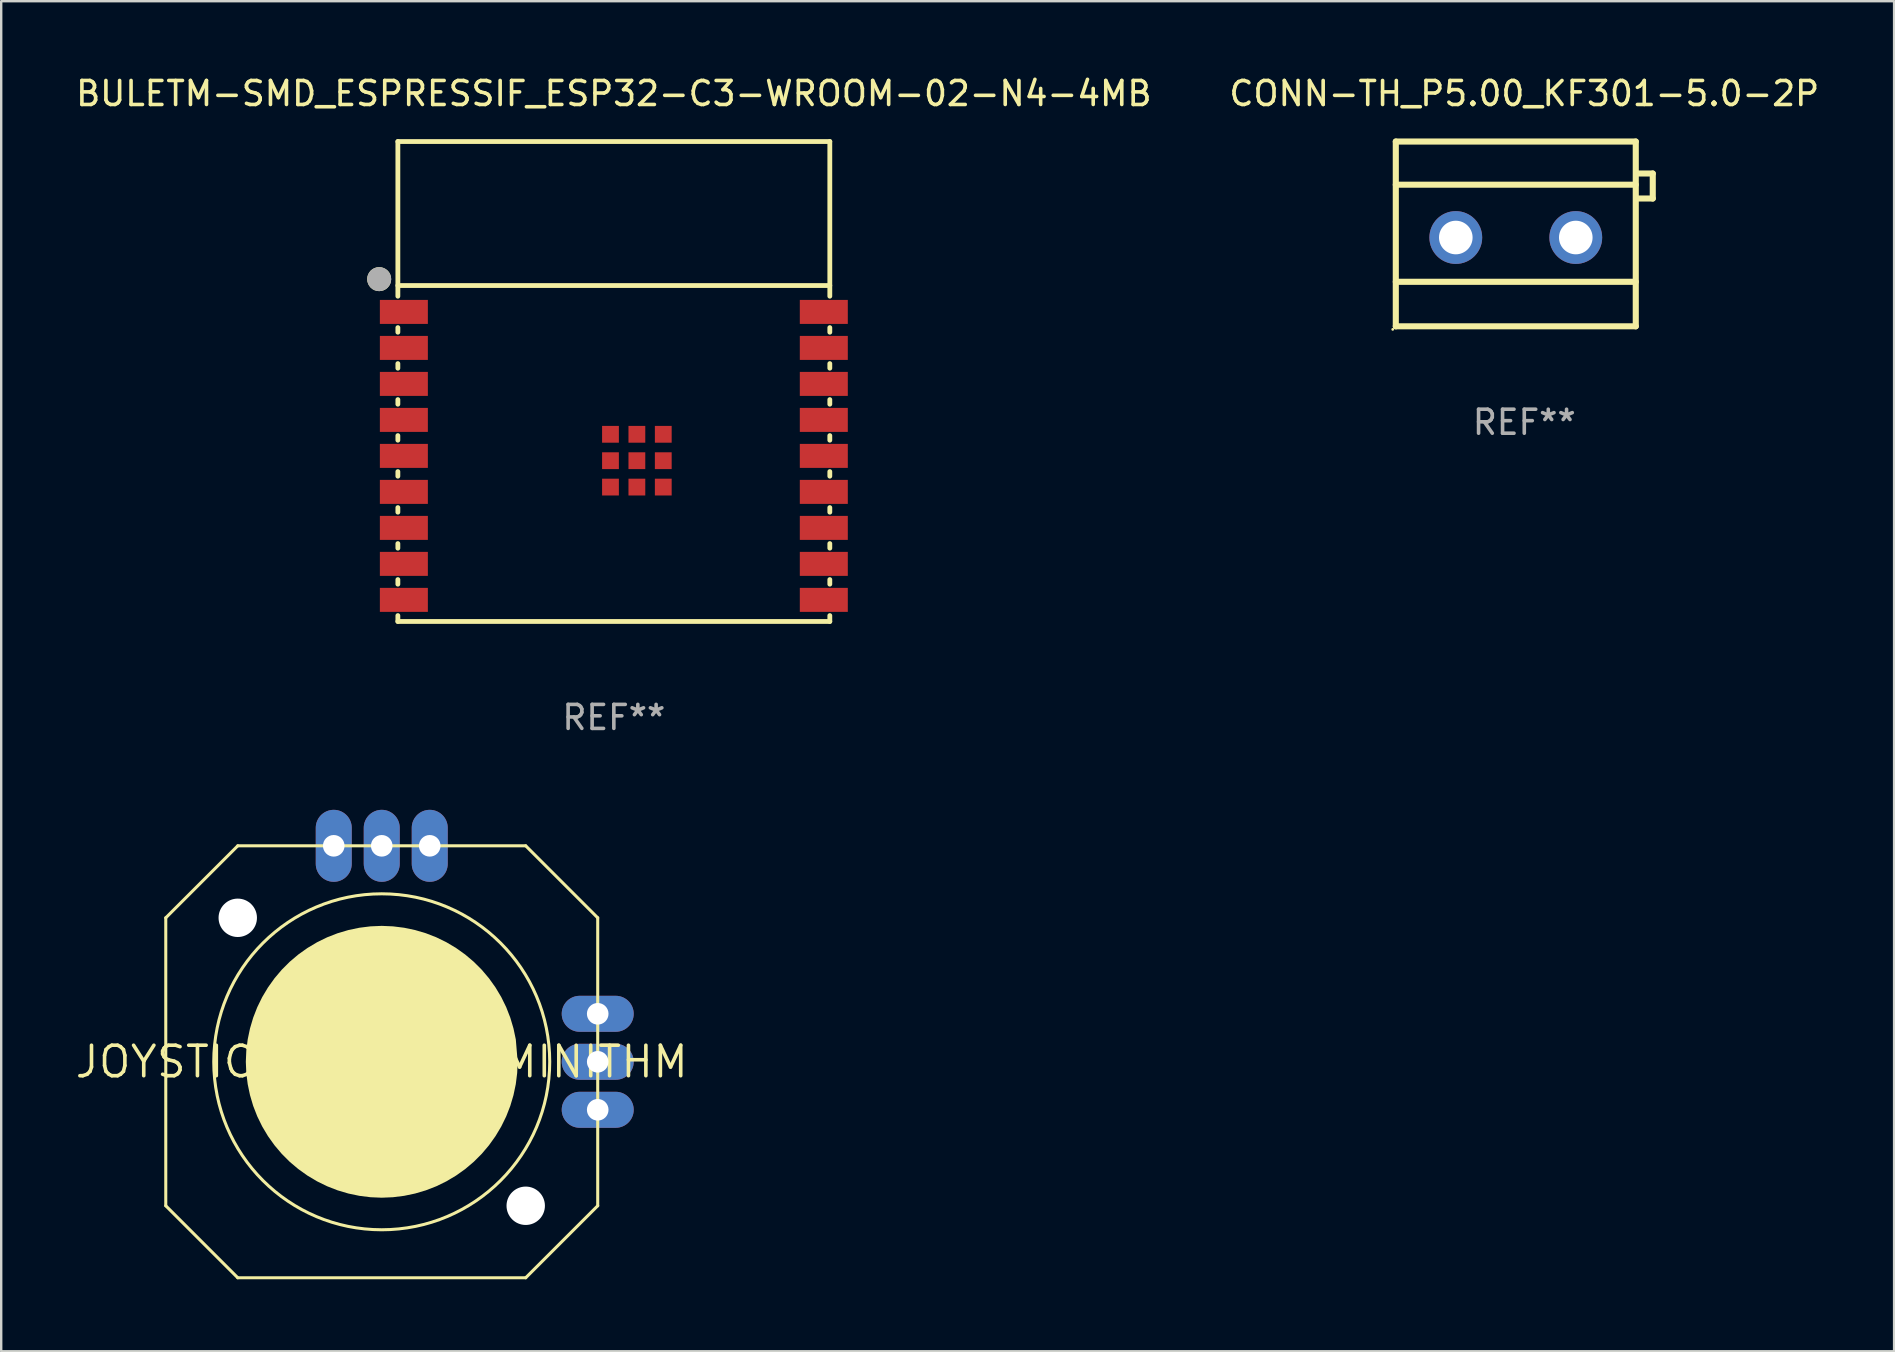
<source format=kicad_pcb>
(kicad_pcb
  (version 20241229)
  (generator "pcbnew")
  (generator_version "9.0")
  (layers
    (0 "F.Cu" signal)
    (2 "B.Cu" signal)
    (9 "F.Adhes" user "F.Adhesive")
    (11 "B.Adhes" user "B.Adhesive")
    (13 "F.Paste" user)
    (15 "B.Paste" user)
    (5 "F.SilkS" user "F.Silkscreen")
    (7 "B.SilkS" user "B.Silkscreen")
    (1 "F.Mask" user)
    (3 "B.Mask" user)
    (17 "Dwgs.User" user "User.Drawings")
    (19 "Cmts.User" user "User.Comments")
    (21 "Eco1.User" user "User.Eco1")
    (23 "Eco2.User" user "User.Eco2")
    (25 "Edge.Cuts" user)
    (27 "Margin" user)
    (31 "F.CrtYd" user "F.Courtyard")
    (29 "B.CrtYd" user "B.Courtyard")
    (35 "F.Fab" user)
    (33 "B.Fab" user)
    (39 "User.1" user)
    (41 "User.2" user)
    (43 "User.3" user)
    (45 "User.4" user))
  (footprint "JOYSTICK_ANALOG_MINITHM"
    (layer "F.Cu")
    (at 12.858 41.197)
    (property "Reference" "JOYSTICK_ANALOG_MINITHM" (at 0 0 0) (layer "F.SilkS") (effects (font (size 1.27 1.27) (thickness 0.15))))
    (fp_line (start -9 -6) (end -6 -9) (stroke (width 0.127) (type solid)) (layer "F.SilkS"))
    (fp_line (start -9 6) (end -9 -6) (stroke (width 0.127) (type solid)) (layer "F.SilkS"))
    (fp_line (start -6 -9) (end 6 -9) (stroke (width 0.127) (type solid)) (layer "F.SilkS"))
    (fp_line (start -6 9) (end -9 6) (stroke (width 0.127) (type solid)) (layer "F.SilkS"))
    (fp_line (start 6 -9) (end 9 -6) (stroke (width 0.127) (type solid)) (layer "F.SilkS"))
    (fp_line (start 6 9) (end -6 9) (stroke (width 0.127) (type solid)) (layer "F.SilkS"))
    (fp_line (start 9 -6) (end 9 6) (stroke (width 0.127) (type solid)) (layer "F.SilkS"))
    (fp_line (start 9 6) (end 6 9) (stroke (width 0.127) (type solid)) (layer "F.SilkS"))
    (fp_circle (center 0 0) (end 7 0) (stroke (width 0.127) (type solid)) (fill no) (layer "F.SilkS"))
    (fp_poly (pts (xy 0.468 -5.644) (xy 0.932 -5.586) (xy 1.39 -5.49) (xy 1.839 -5.357) (xy 2.275 -5.187) (xy 2.696 -4.981) (xy 3.098 -4.741) (xy 3.479 -4.469) (xy 3.836 -4.167) (xy 4.167 -3.836) (xy 4.469 -3.479) (xy 4.741 -3.098) (xy 4.981 -2.696) (xy 5.187 -2.275) (xy 5.357 -1.839) (xy 5.49 -1.39) (xy 5.587 -0.931) (xy 5.664 -0.001) (xy 5.644 0.468) (xy 5.586 0.932) (xy 5.49 1.39) (xy 5.357 1.839) (xy 5.187 2.275) (xy 4.981 2.696) (xy 4.741 3.098) (xy 4.469 3.479) (xy 4.167 3.836) (xy 3.836 4.167) (xy 3.479 4.469) (xy 3.098 4.741) (xy 2.696 4.981) (xy 2.275 5.187) (xy 1.839 5.357) (xy 1.39 5.49) (xy 0.932 5.586) (xy 0.468 5.644) (xy 0 5.664) (xy -0.468 5.644) (xy -0.932 5.586) (xy -1.39 5.49) (xy -1.839 5.357) (xy -2.275 5.187) (xy -2.696 4.981) (xy -3.098 4.741) (xy -3.479 4.469) (xy -3.836 4.167) (xy -4.167 3.836) (xy -4.469 3.479) (xy -4.741 3.098) (xy -4.981 2.696) (xy -5.187 2.275) (xy -5.357 1.839) (xy -5.49 1.39) (xy -5.586 0.932) (xy -5.644 0.468) (xy -5.664 0) (xy -5.644 -0.468) (xy -5.586 -0.932) (xy -5.49 -1.39) (xy -5.357 -1.839) (xy -5.187 -2.275) (xy -4.981 -2.696) (xy -4.741 -3.098) (xy -4.469 -3.479) (xy -4.167 -3.836) (xy -3.836 -4.167) (xy -3.479 -4.469) (xy -3.098 -4.741) (xy -2.696 -4.981) (xy -2.275 -5.187) (xy -1.839 -5.357) (xy -1.39 -5.49) (xy -0.932 -5.586) (xy -0.468 -5.644) (xy 0 -5.664)) (stroke (width 0) (type default)) (fill yes) (layer "F.SilkS"))
    (pad "" np_thru_hole circle (at -6 -6) (size 1.6 1.6) (drill 1.6) (layers "*.Cu" "*.Mask"))
    (pad "" np_thru_hole circle (at 6 6) (size 1.6 1.6) (drill 1.6) (layers "*.Cu" "*.Mask"))
    (pad "1" thru_hole oval (at -2 -9 90) (size 3 1.5) (drill 0.9) (layers "*.Cu" "*.Mask"))
    (pad "2" thru_hole oval (at 0 -9 90) (size 3 1.5) (drill 0.9) (layers "*.Cu" "*.Mask"))
    (pad "3" thru_hole oval (at 2 -9 90) (size 3 1.5) (drill 0.9) (layers "*.Cu" "*.Mask"))
    (pad "4" thru_hole oval (at 9 -2) (size 3 1.5) (drill 0.9) (layers "*.Cu" "*.Mask"))
    (pad "5" thru_hole oval (at 9 0) (size 3 1.5) (drill 0.9) (layers "*.Cu" "*.Mask"))
    (pad "6" thru_hole oval (at 9 2) (size 3 1.5) (drill 0.9) (layers "*.Cu" "*.Mask")))
  (footprint "BULETM-SMD_ESPRESSIF_ESP32-C3-WROOM-02-N4-4MB"
    (layer "F.Cu")
    (at 22.53 12.848)
    (property "Reference" "BULETM-SMD_ESPRESSIF_ESP32-C3-WROOM-02-N4-4MB" (at 0 -12 0) (layer "F.SilkS") (effects (font (size 1 1) (thickness 0.15))))
    (attr through_hole)
    (fp_line (start -9 -10) (end -9 -3.554) (stroke (width 0.2) (type solid)) (layer "F.SilkS"))
    (fp_line (start -9 -4) (end 9 -4) (stroke (width 0.2) (type solid)) (layer "F.SilkS"))
    (fp_line (start -9 -2.246) (end -9 -2.054) (stroke (width 0.2) (type solid)) (layer "F.SilkS"))
    (fp_line (start -9 -0.746) (end -9 -0.554) (stroke (width 0.2) (type solid)) (layer "F.SilkS"))
    (fp_line (start -9 0.754) (end -9 0.946) (stroke (width 0.2) (type solid)) (layer "F.SilkS"))
    (fp_line (start -9 2.254) (end -9 2.446) (stroke (width 0.2) (type solid)) (layer "F.SilkS"))
    (fp_line (start -9 3.754) (end -9 3.946) (stroke (width 0.2) (type solid)) (layer "F.SilkS"))
    (fp_line (start -9 5.254) (end -9 5.446) (stroke (width 0.2) (type solid)) (layer "F.SilkS"))
    (fp_line (start -9 6.754) (end -9 6.946) (stroke (width 0.2) (type solid)) (layer "F.SilkS"))
    (fp_line (start -9 8.254) (end -9 8.446) (stroke (width 0.2) (type solid)) (layer "F.SilkS"))
    (fp_line (start -9 9.754) (end -9 10) (stroke (width 0.2) (type solid)) (layer "F.SilkS"))
    (fp_line (start -9 10) (end 9 10) (stroke (width 0.2) (type solid)) (layer "F.SilkS"))
    (fp_line (start 9 -10) (end -9 -10) (stroke (width 0.2) (type solid)) (layer "F.SilkS"))
    (fp_line (start 9 -3.554) (end 9 -10) (stroke (width 0.2) (type solid)) (layer "F.SilkS"))
    (fp_line (start 9 -2.054) (end 9 -2.246) (stroke (width 0.2) (type solid)) (layer "F.SilkS"))
    (fp_line (start 9 -0.554) (end 9 -0.746) (stroke (width 0.2) (type solid)) (layer "F.SilkS"))
    (fp_line (start 9 0.946) (end 9 0.754) (stroke (width 0.2) (type solid)) (layer "F.SilkS"))
    (fp_line (start 9 2.446) (end 9 2.254) (stroke (width 0.2) (type solid)) (layer "F.SilkS"))
    (fp_line (start 9 3.946) (end 9 3.754) (stroke (width 0.2) (type solid)) (layer "F.SilkS"))
    (fp_line (start 9 5.446) (end 9 5.254) (stroke (width 0.2) (type solid)) (layer "F.SilkS"))
    (fp_line (start 9 6.946) (end 9 6.754) (stroke (width 0.2) (type solid)) (layer "F.SilkS"))
    (fp_line (start 9 8.446) (end 9 8.254) (stroke (width 0.2) (type solid)) (layer "F.SilkS"))
    (fp_line (start 9 10) (end 9 9.754) (stroke (width 0.2) (type solid)) (layer "F.SilkS"))
    (fp_circle (center -9.779 -4.266) (end -9.529 -4.266) (stroke (width 0.5) (type solid)) (fill no) (layer "F.SilkS"))
    (fp_circle (center -9 -10) (end -8.97 -10) (stroke (width 0.06) (type solid)) (fill no) (layer "F.SilkS"))
    (fp_circle (center -9.779 -4.266) (end -9.529 -4.266) (stroke (width 0.5) (type solid)) (fill no) (layer "F.Fab"))
    (fp_text user "ANTENNA" (at -6.5 -6 0) (layer "B.Mask") (effects (font (size 1 1) (thickness 0.15))))
    (fp_text user "REF**" (at 0 14 0) (layer "F.Fab") (effects (font (size 1 1) (thickness 0.15))))
    (pad "1" smd rect (at -8.75 -2.9) (size 2 1) (layers "F.Cu" "F.Mask" "F.Paste"))
    (pad "2" smd rect (at -8.75 -1.4) (size 2 1) (layers "F.Cu" "F.Mask" "F.Paste"))
    (pad "3" smd rect (at -8.75 0.1) (size 2 1) (layers "F.Cu" "F.Mask" "F.Paste"))
    (pad "4" smd rect (at -8.75 1.6) (size 2 1) (layers "F.Cu" "F.Mask" "F.Paste"))
    (pad "5" smd rect (at -8.75 3.1) (size 2 1) (layers "F.Cu" "F.Mask" "F.Paste"))
    (pad "6" smd rect (at -8.75 4.6) (size 2 1) (layers "F.Cu" "F.Mask" "F.Paste"))
    (pad "7" smd rect (at -8.75 6.1) (size 2 1) (layers "F.Cu" "F.Mask" "F.Paste"))
    (pad "8" smd rect (at -8.75 7.6) (size 2 1) (layers "F.Cu" "F.Mask" "F.Paste"))
    (pad "9" smd rect (at -8.75 9.1) (size 2 1) (layers "F.Cu" "F.Mask" "F.Paste"))
    (pad "10" smd rect (at 8.75 9.1) (size 2 1) (layers "F.Cu" "F.Mask" "F.Paste"))
    (pad "11" smd rect (at 8.75 7.6) (size 2 1) (layers "F.Cu" "F.Mask" "F.Paste"))
    (pad "12" smd rect (at 8.75 6.1) (size 2 1) (layers "F.Cu" "F.Mask" "F.Paste"))
    (pad "13" smd rect (at 8.75 4.6) (size 2 1) (layers "F.Cu" "F.Mask" "F.Paste"))
    (pad "14" smd rect (at 8.75 3.1) (size 2 1) (layers "F.Cu" "F.Mask" "F.Paste"))
    (pad "15" smd rect (at 8.75 1.6) (size 2 1) (layers "F.Cu" "F.Mask" "F.Paste"))
    (pad "16" smd rect (at 8.75 0.1) (size 2 1) (layers "F.Cu" "F.Mask" "F.Paste"))
    (pad "17" smd rect (at 8.75 -1.4) (size 2 1) (layers "F.Cu" "F.Mask" "F.Paste"))
    (pad "18" smd rect (at 8.75 -2.9) (size 2 1) (layers "F.Cu" "F.Mask" "F.Paste"))
    (pad "19" smd rect (at -0.14 2.2) (size 0.7 0.7) (layers "F.Cu" "F.Mask" "F.Paste"))
    (pad "19" smd rect (at -0.14 3.3) (size 0.7 0.7) (layers "F.Cu" "F.Mask" "F.Paste"))
    (pad "19" smd rect (at -0.14 4.4) (size 0.7 0.7) (layers "F.Cu" "F.Mask" "F.Paste"))
    (pad "19" smd rect (at 0.96 2.2) (size 0.7 0.7) (layers "F.Cu" "F.Mask" "F.Paste"))
    (pad "19" smd rect (at 0.96 3.3) (size 0.7 0.7) (layers "F.Cu" "F.Mask" "F.Paste"))
    (pad "19" smd rect (at 0.96 4.4) (size 0.7 0.7) (layers "F.Cu" "F.Mask" "F.Paste"))
    (pad "19" smd rect (at 2.06 2.2) (size 0.7 0.7) (layers "F.Cu" "F.Mask" "F.Paste"))
    (pad "19" smd rect (at 2.06 3.3) (size 0.7 0.7) (layers "F.Cu" "F.Mask" "F.Paste"))
    (pad "19" smd rect (at 2.06 4.4) (size 0.7 0.7) (layers "F.Cu" "F.Mask" "F.Paste")))
  (footprint "CONN-TH_P5.00_KF301-5.0-2P"
    (layer "F.Cu")
    (at 60.116 6.848)
    (property "Reference" "CONN-TH_P5.00_KF301-5.0-2P" (at 0.354 -6 0) (layer "F.SilkS") (effects (font (size 1 1) (thickness 0.15))))
    (attr through_hole)
    (fp_line (start -5 -4) (end -5 3.7) (stroke (width 0.254) (type solid)) (layer "F.SilkS"))
    (fp_line (start -5 -4) (end 5 -4) (stroke (width 0.254) (type solid)) (layer "F.SilkS"))
    (fp_line (start -5 -2.201) (end 5 -2.201) (stroke (width 0.254) (type solid)) (layer "F.SilkS"))
    (fp_line (start -5 1.845) (end 5 1.845) (stroke (width 0.254) (type solid)) (layer "F.SilkS"))
    (fp_line (start -5 3.7) (end 5 3.7) (stroke (width 0.254) (type solid)) (layer "F.SilkS"))
    (fp_line (start 5 -4) (end 5 3.7) (stroke (width 0.254) (type solid)) (layer "F.SilkS"))
    (fp_line (start 5.08 -2.667) (end 5.708 -2.667) (stroke (width 0.254) (type solid)) (layer "F.SilkS"))
    (fp_line (start 5.708 -2.667) (end 5.708 -1.626) (stroke (width 0.254) (type solid)) (layer "F.SilkS"))
    (fp_line (start 5.708 -1.626) (end 5.08 -1.626) (stroke (width 0.254) (type solid)) (layer "F.SilkS"))
    (fp_circle (center -5.127 3.827) (end -5.097 3.827) (stroke (width 0.06) (type solid)) (fill no) (layer "F.SilkS"))
    (fp_text user "REF**" (at 0.354 7.7 0) (layer "F.Fab") (effects (font (size 1 1) (thickness 0.15))))
    (pad "1" thru_hole circle (at -2.5 0) (size 2.2 2.2) (drill 1.4) (layers "*.Cu" "*.Mask"))
    (pad "2" thru_hole circle (at 2.5 0) (size 2.2 2.2) (drill 1.4) (layers "*.Cu" "*.Mask")))
  (gr_rect
    (start -3 -3)
    (end 75.881 53.26)
    (stroke (width 0.1) (type default))
    (fill no)
    (layer "Edge.Cuts")))
</source>
